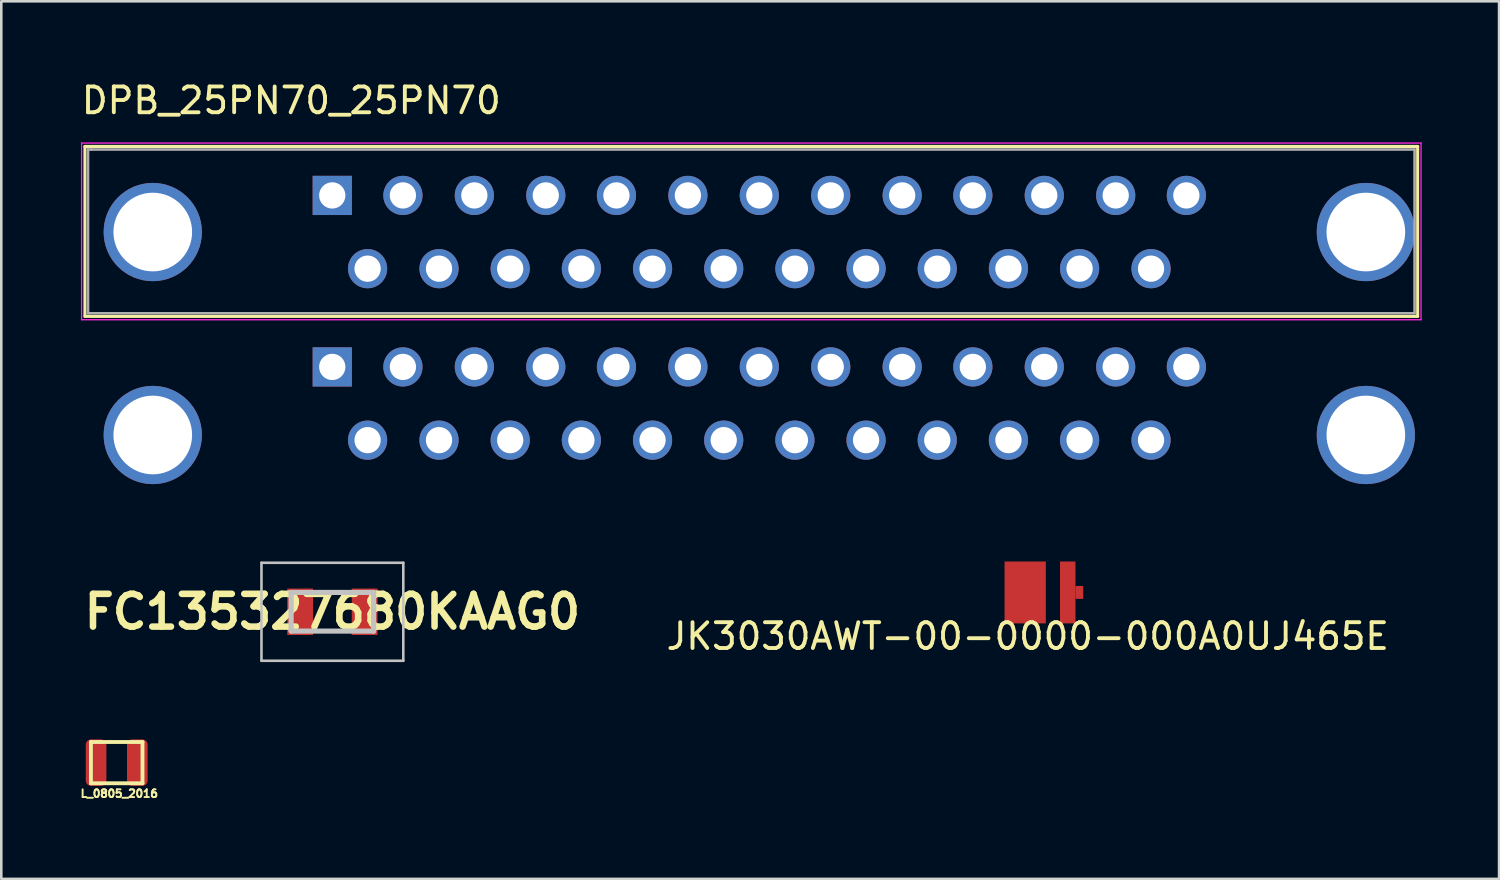
<source format=kicad_pcb>
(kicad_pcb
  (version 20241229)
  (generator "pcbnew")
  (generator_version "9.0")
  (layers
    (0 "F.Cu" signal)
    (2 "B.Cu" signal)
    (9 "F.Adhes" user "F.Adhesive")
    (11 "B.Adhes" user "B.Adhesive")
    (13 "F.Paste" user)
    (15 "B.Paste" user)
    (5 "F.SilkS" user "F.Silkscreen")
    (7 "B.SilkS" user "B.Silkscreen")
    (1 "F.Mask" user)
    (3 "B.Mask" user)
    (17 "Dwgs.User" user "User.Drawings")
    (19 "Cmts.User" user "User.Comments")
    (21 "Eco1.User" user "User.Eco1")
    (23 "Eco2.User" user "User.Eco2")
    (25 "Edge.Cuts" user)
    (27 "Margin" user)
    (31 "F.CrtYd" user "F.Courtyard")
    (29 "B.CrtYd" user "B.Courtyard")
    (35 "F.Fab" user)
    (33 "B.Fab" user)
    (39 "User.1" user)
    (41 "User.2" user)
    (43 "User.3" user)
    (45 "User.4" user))
  (footprint "JK3030AWT-00-0000-000A0UJ465E"
    (layer "F.Cu")
    (at 36.704 19.923)
    (property "Reference" "JK3030AWT-00-0000-000A0UJ465E" (at 0.1 1.7 0) (layer "F.SilkS") (effects (font (size 1 1) (thickness 0.15))))
    (attr through_hole)
    (pad "1" smd rect (at 0 0) (size 1.6 2.4) (layers "F.Cu" "F.Mask" "F.Paste"))
    (pad "2" smd rect (at 1.65 0) (size 0.6 2.4) (layers "F.Cu" "F.Mask" "F.Paste"))
    (pad "2" smd rect (at 2.1 0) (size 0.3 0.5) (layers "F.Cu" "F.Mask" "F.Paste")))
  (footprint "L_0805_2016"
    (layer "F.Cu")
    (at 1.475 26.523)
    (property "Reference" "L_0805_2016" (at 0.1 1.2 0) (layer "F.SilkS") (effects (font (size 0.3 0.3) (thickness 0.075))))
    (attr through_hole)
    (fp_line (start -1 -0.8) (end 1 -0.8) (stroke (width 0.15) (type solid)) (layer "F.SilkS"))
    (fp_line (start -1 0.8) (end -1 -0.8) (stroke (width 0.15) (type solid)) (layer "F.SilkS"))
    (fp_line (start 1 -0.8) (end 1 0.8) (stroke (width 0.15) (type solid)) (layer "F.SilkS"))
    (fp_line (start 1 0.8) (end -1 0.8) (stroke (width 0.15) (type solid)) (layer "F.SilkS"))
    (pad "1" smd roundrect (at 0.8 0) (size 0.8 1.8) (layers "F.Cu" "F.Mask" "F.Paste") (roundrect_rratio 0.25))
    (pad "2" smd roundrect (at -0.8 0) (size 0.8 1.8) (layers "F.Cu" "F.Mask" "F.Paste") (roundrect_rratio 0.25)))
  (footprint "DPB_25PN70_25PN70"
    (layer "F.Cu")
    (at 26.394 5.948)
    (property "Reference" "DPB_25PN70_25PN70" (at -18.15 -5.1 180) (layer "F.SilkS") (effects (font (size 1 1) (thickness 0.15))))
    (attr through_hole)
    (fp_line (start -26.15 -3.32) (end -26.15 3.27) (stroke (width 0.12) (type solid)) (layer "F.SilkS"))
    (fp_line (start -26.15 -3.32) (end 25.53 -3.32) (stroke (width 0.12) (type solid)) (layer "F.SilkS"))
    (fp_line (start 25.53 3.27) (end -26.15 3.27) (stroke (width 0.12) (type solid)) (layer "F.SilkS"))
    (fp_line (start 25.53 3.27) (end 25.53 -3.32) (stroke (width 0.12) (type solid)) (layer "F.SilkS"))
    (fp_line (start -26.28 -3.45) (end -26.28 3.4) (stroke (width 0.05) (type solid)) (layer "F.CrtYd"))
    (fp_line (start -26.28 -3.45) (end 25.66 -3.45) (stroke (width 0.05) (type solid)) (layer "F.CrtYd"))
    (fp_line (start 25.66 3.4) (end -26.28 3.4) (stroke (width 0.05) (type solid)) (layer "F.CrtYd"))
    (fp_line (start 25.66 3.4) (end 25.66 -3.45) (stroke (width 0.05) (type solid)) (layer "F.CrtYd"))
    (fp_line (start -26.03 -3.2) (end -26.03 -3.2) (stroke (width 0.1) (type solid)) (layer "F.Fab"))
    (fp_line (start -26.03 -3.2) (end -26.03 3.15) (stroke (width 0.1) (type solid)) (layer "F.Fab"))
    (fp_line (start -26.03 3.15) (end 25.41 3.15) (stroke (width 0.1) (type solid)) (layer "F.Fab"))
    (fp_line (start -25.9 -3.2) (end -26.03 -3.2) (stroke (width 0.1) (type solid)) (layer "F.Fab"))
    (fp_line (start 25.41 -3.2) (end -25.9 -3.2) (stroke (width 0.1) (type solid)) (layer "F.Fab"))
    (fp_line (start 25.41 3.15) (end 25.41 -3.2) (stroke (width 0.1) (type solid)) (layer "F.Fab"))
    (pad "0" thru_hole circle (at -23.52 0) (size 3.81 3.81) (drill 3.05) (layers "*.Cu" "*.Mask"))
    (pad "0" thru_hole circle (at -23.52 7.87) (size 3.81 3.81) (drill 3.05) (layers "*.Cu" "*.Mask"))
    (pad "0" thru_hole circle (at 23.52 0) (size 3.81 3.81) (drill 3.05) (layers "*.Cu" "*.Mask"))
    (pad "0" thru_hole circle (at 23.52 7.87) (size 3.81 3.81) (drill 3.05) (layers "*.Cu" "*.Mask"))
    (pad "1" thru_hole rect (at -16.56 -1.42) (size 1.52 1.52) (drill 1.02) (layers "*.Cu" "*.Mask"))
    (pad "1" thru_hole rect (at -16.56 5.23) (size 1.52 1.52) (drill 1.02) (layers "*.Cu" "*.Mask"))
    (pad "2" thru_hole circle (at -13.82 -1.42) (size 1.52 1.52) (drill 1.02) (layers "*.Cu" "*.Mask"))
    (pad "2" thru_hole circle (at -13.82 5.23) (size 1.52 1.52) (drill 1.02) (layers "*.Cu" "*.Mask"))
    (pad "3" thru_hole circle (at -11.05 -1.42) (size 1.52 1.52) (drill 1.02) (layers "*.Cu" "*.Mask"))
    (pad "3" thru_hole circle (at -11.05 5.23) (size 1.52 1.52) (drill 1.02) (layers "*.Cu" "*.Mask"))
    (pad "4" thru_hole circle (at -8.28 -1.42) (size 1.52 1.52) (drill 1.02) (layers "*.Cu" "*.Mask"))
    (pad "4" thru_hole circle (at -8.28 5.23) (size 1.52 1.52) (drill 1.02) (layers "*.Cu" "*.Mask"))
    (pad "5" thru_hole circle (at -5.54 -1.42) (size 1.52 1.52) (drill 1.02) (layers "*.Cu" "*.Mask"))
    (pad "5" thru_hole circle (at -5.54 5.23) (size 1.52 1.52) (drill 1.02) (layers "*.Cu" "*.Mask"))
    (pad "6" thru_hole circle (at -2.77 -1.42) (size 1.52 1.52) (drill 1.02) (layers "*.Cu" "*.Mask"))
    (pad "6" thru_hole circle (at -2.77 5.23) (size 1.52 1.52) (drill 1.02) (layers "*.Cu" "*.Mask"))
    (pad "7" thru_hole circle (at 0 -1.42) (size 1.52 1.52) (drill 1.02) (layers "*.Cu" "*.Mask"))
    (pad "7" thru_hole circle (at 0 5.23) (size 1.52 1.52) (drill 1.02) (layers "*.Cu" "*.Mask"))
    (pad "8" thru_hole circle (at 2.77 -1.42) (size 1.52 1.52) (drill 1.02) (layers "*.Cu" "*.Mask"))
    (pad "8" thru_hole circle (at 2.77 5.23) (size 1.52 1.52) (drill 1.02) (layers "*.Cu" "*.Mask"))
    (pad "9" thru_hole circle (at 5.54 -1.42) (size 1.52 1.52) (drill 1.02) (layers "*.Cu" "*.Mask"))
    (pad "9" thru_hole circle (at 5.54 5.23) (size 1.52 1.52) (drill 1.02) (layers "*.Cu" "*.Mask"))
    (pad "10" thru_hole circle (at 8.28 -1.42) (size 1.52 1.52) (drill 1.02) (layers "*.Cu" "*.Mask"))
    (pad "10" thru_hole circle (at 8.28 5.23) (size 1.52 1.52) (drill 1.02) (layers "*.Cu" "*.Mask"))
    (pad "11" thru_hole circle (at 11.05 -1.42) (size 1.52 1.52) (drill 1.02) (layers "*.Cu" "*.Mask"))
    (pad "11" thru_hole circle (at 11.05 5.23) (size 1.52 1.52) (drill 1.02) (layers "*.Cu" "*.Mask"))
    (pad "12" thru_hole circle (at 13.82 -1.42) (size 1.52 1.52) (drill 1.02) (layers "*.Cu" "*.Mask"))
    (pad "12" thru_hole circle (at 13.82 5.23) (size 1.52 1.52) (drill 1.02) (layers "*.Cu" "*.Mask"))
    (pad "13" thru_hole circle (at 16.56 -1.42) (size 1.52 1.52) (drill 1.02) (layers "*.Cu" "*.Mask"))
    (pad "13" thru_hole circle (at 16.56 5.23) (size 1.52 1.52) (drill 1.02) (layers "*.Cu" "*.Mask"))
    (pad "14" thru_hole circle (at -15.19 1.42) (size 1.52 1.52) (drill 1.02) (layers "*.Cu" "*.Mask"))
    (pad "14" thru_hole circle (at -15.19 8.07) (size 1.52 1.52) (drill 1.02) (layers "*.Cu" "*.Mask"))
    (pad "15" thru_hole circle (at -12.42 1.42) (size 1.52 1.52) (drill 1.02) (layers "*.Cu" "*.Mask"))
    (pad "15" thru_hole circle (at -12.42 8.07) (size 1.52 1.52) (drill 1.02) (layers "*.Cu" "*.Mask"))
    (pad "16" thru_hole circle (at -9.66 1.42) (size 1.52 1.52) (drill 1.02) (layers "*.Cu" "*.Mask"))
    (pad "16" thru_hole circle (at -9.66 8.07) (size 1.52 1.52) (drill 1.02) (layers "*.Cu" "*.Mask"))
    (pad "17" thru_hole circle (at -6.9 1.42) (size 1.52 1.52) (drill 1.02) (layers "*.Cu" "*.Mask"))
    (pad "17" thru_hole circle (at -6.9 8.07) (size 1.52 1.52) (drill 1.02) (layers "*.Cu" "*.Mask"))
    (pad "18" thru_hole circle (at -4.14 1.42) (size 1.52 1.52) (drill 1.02) (layers "*.Cu" "*.Mask"))
    (pad "18" thru_hole circle (at -4.14 8.07) (size 1.52 1.52) (drill 1.02) (layers "*.Cu" "*.Mask"))
    (pad "19" thru_hole circle (at -1.38 1.42) (size 1.52 1.52) (drill 1.02) (layers "*.Cu" "*.Mask"))
    (pad "19" thru_hole circle (at -1.38 8.07) (size 1.52 1.52) (drill 1.02) (layers "*.Cu" "*.Mask"))
    (pad "20" thru_hole circle (at 1.38 1.42) (size 1.52 1.52) (drill 1.02) (layers "*.Cu" "*.Mask"))
    (pad "20" thru_hole circle (at 1.38 8.07) (size 1.52 1.52) (drill 1.02) (layers "*.Cu" "*.Mask"))
    (pad "21" thru_hole circle (at 4.14 1.42) (size 1.52 1.52) (drill 1.02) (layers "*.Cu" "*.Mask"))
    (pad "21" thru_hole circle (at 4.14 8.07) (size 1.52 1.52) (drill 1.02) (layers "*.Cu" "*.Mask"))
    (pad "22" thru_hole circle (at 6.9 1.42) (size 1.52 1.52) (drill 1.02) (layers "*.Cu" "*.Mask"))
    (pad "22" thru_hole circle (at 6.9 8.07) (size 1.52 1.52) (drill 1.02) (layers "*.Cu" "*.Mask"))
    (pad "23" thru_hole circle (at 9.66 1.42) (size 1.52 1.52) (drill 1.02) (layers "*.Cu" "*.Mask"))
    (pad "23" thru_hole circle (at 9.66 8.07) (size 1.52 1.52) (drill 1.02) (layers "*.Cu" "*.Mask"))
    (pad "24" thru_hole circle (at 12.42 1.42) (size 1.52 1.52) (drill 1.02) (layers "*.Cu" "*.Mask"))
    (pad "24" thru_hole circle (at 12.42 8.07) (size 1.52 1.52) (drill 1.02) (layers "*.Cu" "*.Mask"))
    (pad "25" thru_hole circle (at 15.19 1.42) (size 1.52 1.52) (drill 1.02) (layers "*.Cu" "*.Mask"))
    (pad "25" thru_hole circle (at 15.19 8.07) (size 1.52 1.52) (drill 1.02) (layers "*.Cu" "*.Mask")))
  (footprint "FC135327680KAAG0"
    (layer "F.Cu")
    (at 9.839 20.673)
    (property "Reference" "FC135327680KAAG0" (at 0 0 0) (layer "F.SilkS") (effects (font (size 1.27 1.27) (thickness 0.254))))
    (attr smd)
    (fp_line (start -0.4 -0.75) (end 0.4 -0.75) (stroke (width 0.1) (type solid)) (layer "F.SilkS"))
    (fp_line (start -0.4 0.75) (end 0.4 0.75) (stroke (width 0.1) (type solid)) (layer "F.SilkS"))
    (fp_line (start -2.75 -1.9) (end 2.75 -1.9) (stroke (width 0.1) (type solid)) (layer "Dwgs.User"))
    (fp_line (start -2.75 1.9) (end -2.75 -1.9) (stroke (width 0.1) (type solid)) (layer "Dwgs.User"))
    (fp_line (start -1.6 -0.75) (end 1.6 -0.75) (stroke (width 0.2) (type solid)) (layer "Dwgs.User"))
    (fp_line (start -1.6 0.75) (end -1.6 -0.75) (stroke (width 0.2) (type solid)) (layer "Dwgs.User"))
    (fp_line (start 1.6 -0.75) (end 1.6 0.75) (stroke (width 0.2) (type solid)) (layer "Dwgs.User"))
    (fp_line (start 1.6 0.75) (end -1.6 0.75) (stroke (width 0.2) (type solid)) (layer "Dwgs.User"))
    (fp_line (start 2.75 -1.9) (end 2.75 1.9) (stroke (width 0.1) (type solid)) (layer "Dwgs.User"))
    (fp_line (start 2.75 1.9) (end -2.75 1.9) (stroke (width 0.1) (type solid)) (layer "Dwgs.User"))
    (pad "1" smd rect (at -1.25 0) (size 1 1.8) (layers "F.Cu" "F.Mask" "F.Paste"))
    (pad "2" smd rect (at 1.25 0) (size 1 1.8) (layers "F.Cu" "F.Mask" "F.Paste")))
  (gr_rect
    (start -3 -3)
    (end 55.079 31.03)
    (stroke (width 0.1) (type default))
    (fill no)
    (layer "Edge.Cuts")))
</source>
